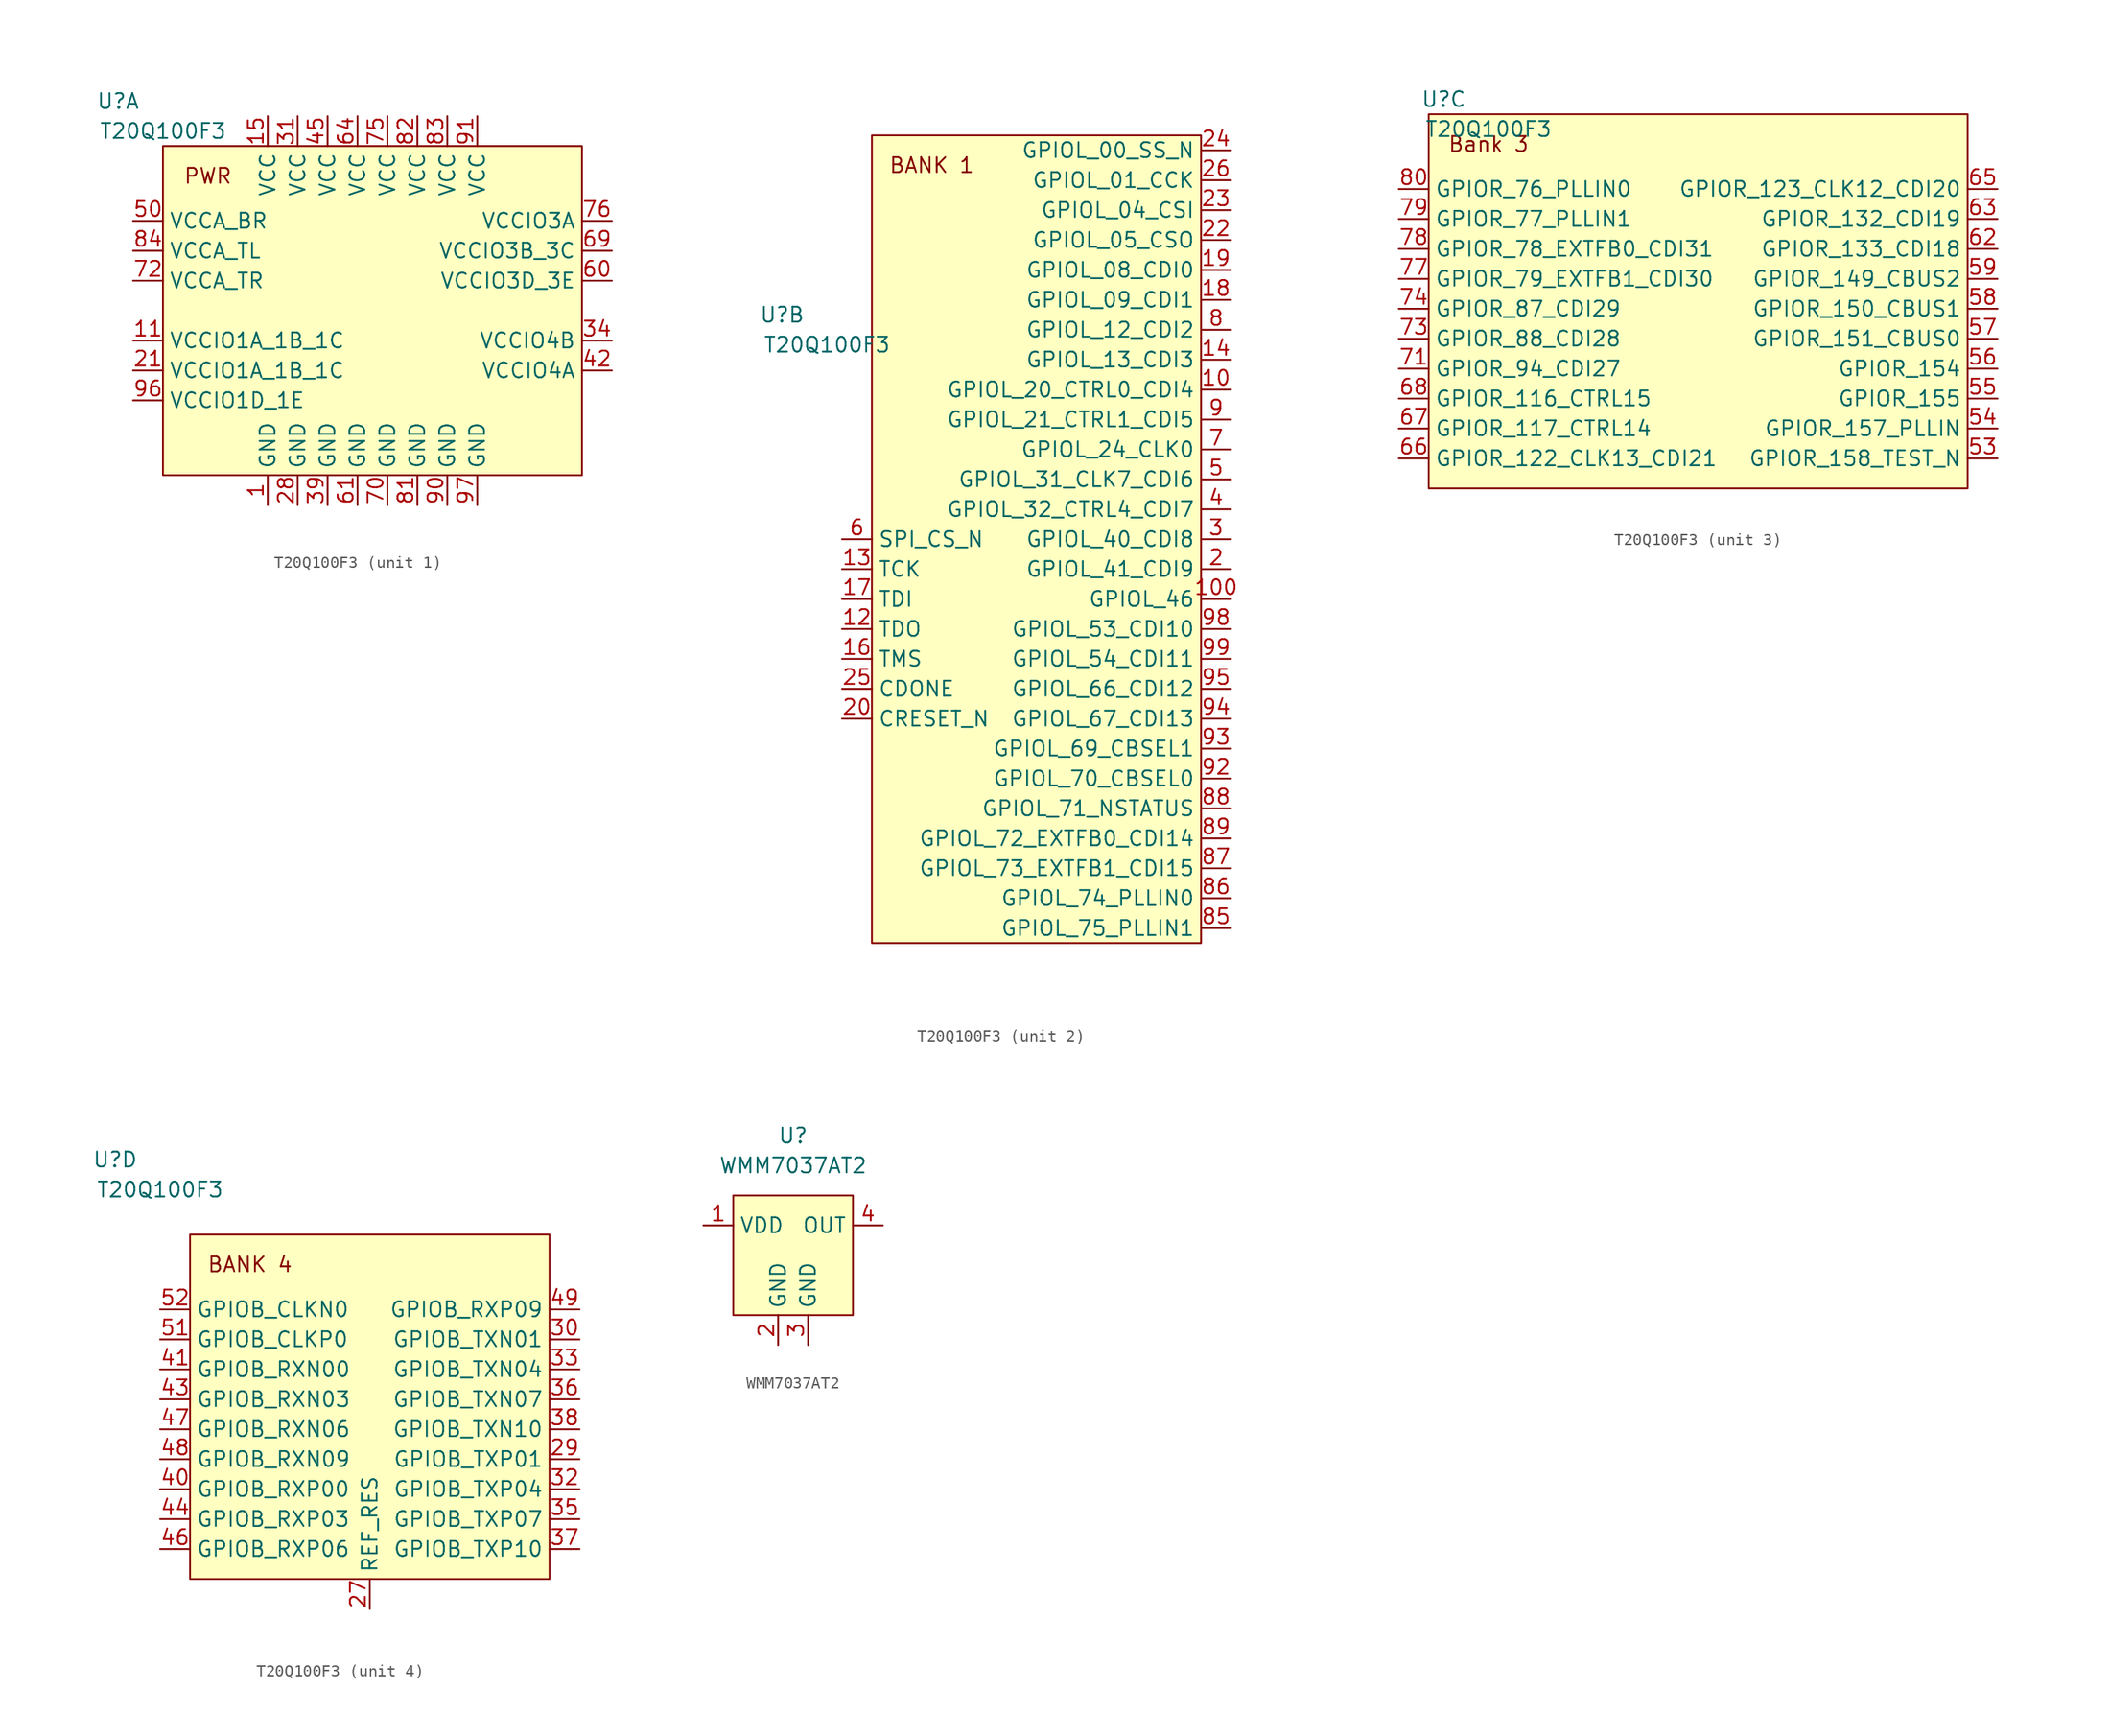
<source format=kicad_sym>
(kicad_symbol_lib
  (version 20220914)
  (generator kicad_symbol_editor)
  (symbol "T20Q100F3"
    (property "Reference" "U"
      (at -21.59 16.51 0)
      (effects (font (size 1.27 1.27))))
    (property "Value" "T20Q100F3"
      (at -17.78 13.97 0)
      (effects (font (size 1.27 1.27))))
    (property "ki_locked" ""
      (at 0 0 0)
      (effects (font (size 1.27 1.27))))
    (symbol "T20Q100F3_1_0"
      (pin power_in line (at -8.89 -17.78 90) (length 2.54) (name "GND" (effects (font (size 1.27 1.27)))) (number "1" (effects (font (size 1.27 1.27)))))
      (pin power_in line (at -20.32 -3.81 0) (length 2.54) (name "VCCIO1A_1B_1C" (effects (font (size 1.27 1.27)))) (number "11" (effects (font (size 1.27 1.27)))))
      (pin power_in line (at -8.89 15.24 270) (length 2.54) (name "VCC" (effects (font (size 1.27 1.27)))) (number "15" (effects (font (size 1.27 1.27)))))
      (pin power_in line (at -20.32 -6.35 0) (length 2.54) (name "VCCIO1A_1B_1C" (effects (font (size 1.27 1.27)))) (number "21" (effects (font (size 1.27 1.27)))))
      (pin power_in line (at -6.35 -17.78 90) (length 2.54) (name "GND" (effects (font (size 1.27 1.27)))) (number "28" (effects (font (size 1.27 1.27)))))
      (pin power_in line (at -6.35 15.24 270) (length 2.54) (name "VCC" (effects (font (size 1.27 1.27)))) (number "31" (effects (font (size 1.27 1.27)))))
      (pin power_in line (at 20.32 -3.81 180) (length 2.54) (name "VCCIO4B" (effects (font (size 1.27 1.27)))) (number "34" (effects (font (size 1.27 1.27)))))
      (pin power_in line (at -3.81 -17.78 90) (length 2.54) (name "GND" (effects (font (size 1.27 1.27)))) (number "39" (effects (font (size 1.27 1.27)))))
      (pin power_in line (at 20.32 -6.35 180) (length 2.54) (name "VCCIO4A" (effects (font (size 1.27 1.27)))) (number "42" (effects (font (size 1.27 1.27)))))
      (pin power_in line (at -3.81 15.24 270) (length 2.54) (name "VCC" (effects (font (size 1.27 1.27)))) (number "45" (effects (font (size 1.27 1.27)))))
      (pin power_in line (at -20.32 6.35 0) (length 2.54) (name "VCCA_BR" (effects (font (size 1.27 1.27)))) (number "50" (effects (font (size 1.27 1.27)))))
      (pin power_in line (at 20.32 1.27 180) (length 2.54) (name "VCCIO3D_3E" (effects (font (size 1.27 1.27)))) (number "60" (effects (font (size 1.27 1.27)))))
      (pin power_in line (at -1.27 -17.78 90) (length 2.54) (name "GND" (effects (font (size 1.27 1.27)))) (number "61" (effects (font (size 1.27 1.27)))))
      (pin power_in line (at -1.27 15.24 270) (length 2.54) (name "VCC" (effects (font (size 1.27 1.27)))) (number "64" (effects (font (size 1.27 1.27)))))
      (pin power_in line (at 20.32 3.81 180) (length 2.54) (name "VCCIO3B_3C" (effects (font (size 1.27 1.27)))) (number "69" (effects (font (size 1.27 1.27)))))
      (pin power_in line (at 1.27 -17.78 90) (length 2.54) (name "GND" (effects (font (size 1.27 1.27)))) (number "70" (effects (font (size 1.27 1.27)))))
      (pin power_in line (at -20.32 1.27 0) (length 2.54) (name "VCCA_TR" (effects (font (size 1.27 1.27)))) (number "72" (effects (font (size 1.27 1.27)))))
      (pin power_in line (at 1.27 15.24 270) (length 2.54) (name "VCC" (effects (font (size 1.27 1.27)))) (number "75" (effects (font (size 1.27 1.27)))))
      (pin power_in line (at 20.32 6.35 180) (length 2.54) (name "VCCIO3A" (effects (font (size 1.27 1.27)))) (number "76" (effects (font (size 1.27 1.27)))))
      (pin power_in line (at 3.81 -17.78 90) (length 2.54) (name "GND" (effects (font (size 1.27 1.27)))) (number "81" (effects (font (size 1.27 1.27)))))
      (pin power_in line (at 3.81 15.24 270) (length 2.54) (name "VCC" (effects (font (size 1.27 1.27)))) (number "82" (effects (font (size 1.27 1.27)))))
      (pin power_in line (at 6.35 15.24 270) (length 2.54) (name "VCC" (effects (font (size 1.27 1.27)))) (number "83" (effects (font (size 1.27 1.27)))))
      (pin power_in line (at -20.32 3.81 0) (length 2.54) (name "VCCA_TL" (effects (font (size 1.27 1.27)))) (number "84" (effects (font (size 1.27 1.27)))))
      (pin power_in line (at 6.35 -17.78 90) (length 2.54) (name "GND" (effects (font (size 1.27 1.27)))) (number "90" (effects (font (size 1.27 1.27)))))
      (pin power_in line (at 8.89 15.24 270) (length 2.54) (name "VCC" (effects (font (size 1.27 1.27)))) (number "91" (effects (font (size 1.27 1.27)))))
      (pin power_in line (at -20.32 -8.89 0) (length 2.54) (name "VCCIO1D_1E" (effects (font (size 1.27 1.27)))) (number "96" (effects (font (size 1.27 1.27)))))
      (pin power_in line (at 8.89 -17.78 90) (length 2.54) (name "GND" (effects (font (size 1.27 1.27)))) (number "97" (effects (font (size 1.27 1.27))))))
    (symbol "T20Q100F3_1_1"
      (rectangle (start -17.78 12.7) (end 17.78 -15.24) (stroke (width 0) (type default)) (fill (type background)))
      (text "PWR" (at -13.97 10.16 0) (effects (font (size 1.27 1.27)))))
    (symbol "T20Q100F3_2_0"
      (pin bidirectional line (at 16.51 10.16 180) (length 2.54) (name "GPIOL_20_CTRL0_CDI4" (effects (font (size 1.27 1.27)))) (number "10" (effects (font (size 1.27 1.27)))))
      (pin bidirectional line (at 16.51 -7.62 180) (length 2.54) (name "GPIOL_46" (effects (font (size 1.27 1.27)))) (number "100" (effects (font (size 1.27 1.27)))))
      (pin output line (at -16.51 -10.16 0) (length 2.54) (name "TDO" (effects (font (size 1.27 1.27)))) (number "12" (effects (font (size 1.27 1.27)))))
      (pin input line (at -16.51 -5.08 0) (length 2.54) (name "TCK" (effects (font (size 1.27 1.27)))) (number "13" (effects (font (size 1.27 1.27)))))
      (pin bidirectional line (at 16.51 12.7 180) (length 2.54) (name "GPIOL_13_CDI3" (effects (font (size 1.27 1.27)))) (number "14" (effects (font (size 1.27 1.27)))))
      (pin input line (at -16.51 -12.7 0) (length 2.54) (name "TMS" (effects (font (size 1.27 1.27)))) (number "16" (effects (font (size 1.27 1.27)))))
      (pin input line (at -16.51 -7.62 0) (length 2.54) (name "TDI" (effects (font (size 1.27 1.27)))) (number "17" (effects (font (size 1.27 1.27)))))
      (pin bidirectional line (at 16.51 17.78 180) (length 2.54) (name "GPIOL_09_CDI1" (effects (font (size 1.27 1.27)))) (number "18" (effects (font (size 1.27 1.27)))))
      (pin bidirectional line (at 16.51 20.32 180) (length 2.54) (name "GPIOL_08_CDI0" (effects (font (size 1.27 1.27)))) (number "19" (effects (font (size 1.27 1.27)))))
      (pin bidirectional line (at 16.51 -5.08 180) (length 2.54) (name "GPIOL_41_CDI9" (effects (font (size 1.27 1.27)))) (number "2" (effects (font (size 1.27 1.27)))))
      (pin input line (at -16.51 -17.78 0) (length 2.54) (name "CRESET_N" (effects (font (size 1.27 1.27)))) (number "20" (effects (font (size 1.27 1.27)))))
      (pin bidirectional line (at 16.51 22.86 180) (length 2.54) (name "GPIOL_05_CSO" (effects (font (size 1.27 1.27)))) (number "22" (effects (font (size 1.27 1.27)))))
      (pin bidirectional line (at 16.51 25.4 180) (length 2.54) (name "GPIOL_04_CSI" (effects (font (size 1.27 1.27)))) (number "23" (effects (font (size 1.27 1.27)))))
      (pin bidirectional line (at 16.51 30.48 180) (length 2.54) (name "GPIOL_00_SS_N" (effects (font (size 1.27 1.27)))) (number "24" (effects (font (size 1.27 1.27)))))
      (pin bidirectional line (at -16.51 -15.24 0) (length 2.54) (name "CDONE" (effects (font (size 1.27 1.27)))) (number "25" (effects (font (size 1.27 1.27)))))
      (pin bidirectional line (at 16.51 27.94 180) (length 2.54) (name "GPIOL_01_CCK" (effects (font (size 1.27 1.27)))) (number "26" (effects (font (size 1.27 1.27)))))
      (pin bidirectional line (at 16.51 -2.54 180) (length 2.54) (name "GPIOL_40_CDI8" (effects (font (size 1.27 1.27)))) (number "3" (effects (font (size 1.27 1.27)))))
      (pin bidirectional line (at 16.51 0 180) (length 2.54) (name "GPIOL_32_CTRL4_CDI7" (effects (font (size 1.27 1.27)))) (number "4" (effects (font (size 1.27 1.27)))))
      (pin bidirectional line (at 16.51 2.54 180) (length 2.54) (name "GPIOL_31_CLK7_CDI6" (effects (font (size 1.27 1.27)))) (number "5" (effects (font (size 1.27 1.27)))))
      (pin bidirectional line (at -16.51 -2.54 0) (length 2.54) (name "SPI_CS_N" (effects (font (size 1.27 1.27)))) (number "6" (effects (font (size 1.27 1.27)))))
      (pin bidirectional line (at 16.51 5.08 180) (length 2.54) (name "GPIOL_24_CLK0" (effects (font (size 1.27 1.27)))) (number "7" (effects (font (size 1.27 1.27)))))
      (pin bidirectional line (at 16.51 15.24 180) (length 2.54) (name "GPIOL_12_CDI2" (effects (font (size 1.27 1.27)))) (number "8" (effects (font (size 1.27 1.27)))))
      (pin bidirectional line (at 16.51 -35.56 180) (length 2.54) (name "GPIOL_75_PLLIN1" (effects (font (size 1.27 1.27)))) (number "85" (effects (font (size 1.27 1.27)))))
      (pin bidirectional line (at 16.51 -33.02 180) (length 2.54) (name "GPIOL_74_PLLIN0" (effects (font (size 1.27 1.27)))) (number "86" (effects (font (size 1.27 1.27)))))
      (pin bidirectional line (at 16.51 -30.48 180) (length 2.54) (name "GPIOL_73_EXTFB1_CDI15" (effects (font (size 1.27 1.27)))) (number "87" (effects (font (size 1.27 1.27)))))
      (pin bidirectional line (at 16.51 -25.4 180) (length 2.54) (name "GPIOL_71_NSTATUS" (effects (font (size 1.27 1.27)))) (number "88" (effects (font (size 1.27 1.27)))))
      (pin bidirectional line (at 16.51 -27.94 180) (length 2.54) (name "GPIOL_72_EXTFB0_CDI14" (effects (font (size 1.27 1.27)))) (number "89" (effects (font (size 1.27 1.27)))))
      (pin bidirectional line (at 16.51 7.62 180) (length 2.54) (name "GPIOL_21_CTRL1_CDI5" (effects (font (size 1.27 1.27)))) (number "9" (effects (font (size 1.27 1.27)))))
      (pin bidirectional line (at 16.51 -22.86 180) (length 2.54) (name "GPIOL_70_CBSEL0" (effects (font (size 1.27 1.27)))) (number "92" (effects (font (size 1.27 1.27)))))
      (pin bidirectional line (at 16.51 -20.32 180) (length 2.54) (name "GPIOL_69_CBSEL1" (effects (font (size 1.27 1.27)))) (number "93" (effects (font (size 1.27 1.27)))))
      (pin bidirectional line (at 16.51 -17.78 180) (length 2.54) (name "GPIOL_67_CDI13" (effects (font (size 1.27 1.27)))) (number "94" (effects (font (size 1.27 1.27)))))
      (pin bidirectional line (at 16.51 -15.24 180) (length 2.54) (name "GPIOL_66_CDI12" (effects (font (size 1.27 1.27)))) (number "95" (effects (font (size 1.27 1.27)))))
      (pin bidirectional line (at 16.51 -10.16 180) (length 2.54) (name "GPIOL_53_CDI10" (effects (font (size 1.27 1.27)))) (number "98" (effects (font (size 1.27 1.27)))))
      (pin bidirectional line (at 16.51 -12.7 180) (length 2.54) (name "GPIOL_54_CDI11" (effects (font (size 1.27 1.27)))) (number "99" (effects (font (size 1.27 1.27))))))
    (symbol "T20Q100F3_2_1"
      (rectangle (start -13.97 31.75) (end 13.97 -36.83) (stroke (width 0) (type default)) (fill (type background)))
      (text "BANK 1" (at -8.89 29.21 0) (effects (font (size 1.27 1.27)))))
    (symbol "T20Q100F3_3_0"
      (pin bidirectional line (at 25.4 -13.97 180) (length 2.54) (name "GPIOR_158_TEST_N" (effects (font (size 1.27 1.27)))) (number "53" (effects (font (size 1.27 1.27)))))
      (pin bidirectional line (at 25.4 -11.43 180) (length 2.54) (name "GPIOR_157_PLLIN" (effects (font (size 1.27 1.27)))) (number "54" (effects (font (size 1.27 1.27)))))
      (pin bidirectional line (at 25.4 -8.89 180) (length 2.54) (name "GPIOR_155" (effects (font (size 1.27 1.27)))) (number "55" (effects (font (size 1.27 1.27)))))
      (pin bidirectional line (at 25.4 -6.35 180) (length 2.54) (name "GPIOR_154" (effects (font (size 1.27 1.27)))) (number "56" (effects (font (size 1.27 1.27)))))
      (pin bidirectional line (at 25.4 -3.81 180) (length 2.54) (name "GPIOR_151_CBUS0" (effects (font (size 1.27 1.27)))) (number "57" (effects (font (size 1.27 1.27)))))
      (pin bidirectional line (at 25.4 -1.27 180) (length 2.54) (name "GPIOR_150_CBUS1" (effects (font (size 1.27 1.27)))) (number "58" (effects (font (size 1.27 1.27)))))
      (pin bidirectional line (at 25.4 1.27 180) (length 2.54) (name "GPIOR_149_CBUS2" (effects (font (size 1.27 1.27)))) (number "59" (effects (font (size 1.27 1.27)))))
      (pin bidirectional line (at 25.4 3.81 180) (length 2.54) (name "GPIOR_133_CDI18" (effects (font (size 1.27 1.27)))) (number "62" (effects (font (size 1.27 1.27)))))
      (pin bidirectional line (at 25.4 6.35 180) (length 2.54) (name "GPIOR_132_CDI19" (effects (font (size 1.27 1.27)))) (number "63" (effects (font (size 1.27 1.27)))))
      (pin bidirectional line (at 25.4 8.89 180) (length 2.54) (name "GPIOR_123_CLK12_CDI20" (effects (font (size 1.27 1.27)))) (number "65" (effects (font (size 1.27 1.27)))))
      (pin bidirectional line (at -25.4 -13.97 0) (length 2.54) (name "GPIOR_122_CLK13_CDI21" (effects (font (size 1.27 1.27)))) (number "66" (effects (font (size 1.27 1.27)))))
      (pin bidirectional line (at -25.4 -11.43 0) (length 2.54) (name "GPIOR_117_CTRL14" (effects (font (size 1.27 1.27)))) (number "67" (effects (font (size 1.27 1.27)))))
      (pin bidirectional line (at -25.4 -8.89 0) (length 2.54) (name "GPIOR_116_CTRL15" (effects (font (size 1.27 1.27)))) (number "68" (effects (font (size 1.27 1.27)))))
      (pin bidirectional line (at -25.4 -6.35 0) (length 2.54) (name "GPIOR_94_CDI27" (effects (font (size 1.27 1.27)))) (number "71" (effects (font (size 1.27 1.27)))))
      (pin bidirectional line (at -25.4 -3.81 0) (length 2.54) (name "GPIOR_88_CDI28" (effects (font (size 1.27 1.27)))) (number "73" (effects (font (size 1.27 1.27)))))
      (pin bidirectional line (at -25.4 -1.27 0) (length 2.54) (name "GPIOR_87_CDI29" (effects (font (size 1.27 1.27)))) (number "74" (effects (font (size 1.27 1.27)))))
      (pin bidirectional line (at -25.4 1.27 0) (length 2.54) (name "GPIOR_79_EXTFB1_CDI30" (effects (font (size 1.27 1.27)))) (number "77" (effects (font (size 1.27 1.27)))))
      (pin bidirectional line (at -25.4 3.81 0) (length 2.54) (name "GPIOR_78_EXTFB0_CDI31" (effects (font (size 1.27 1.27)))) (number "78" (effects (font (size 1.27 1.27)))))
      (pin bidirectional line (at -25.4 6.35 0) (length 2.54) (name "GPIOR_77_PLLIN1" (effects (font (size 1.27 1.27)))) (number "79" (effects (font (size 1.27 1.27)))))
      (pin bidirectional line (at -25.4 8.89 0) (length 2.54) (name "GPIOR_76_PLLIN0" (effects (font (size 1.27 1.27)))) (number "80" (effects (font (size 1.27 1.27))))))
    (symbol "T20Q100F3_3_1"
      (rectangle (start -22.86 15.24) (end 22.86 -16.51) (stroke (width 0) (type default)) (fill (type background)))
      (text "Bank 3" (at -17.78 12.7 0) (effects (font (size 1.27 1.27)))))
    (symbol "T20Q100F3_4_0"
      (pin output line (at 0 -21.59 90) (length 2.54) (name "REF_RES" (effects (font (size 1.27 1.27)))) (number "27" (effects (font (size 1.27 1.27)))))
      (pin bidirectional line (at 17.78 -8.89 180) (length 2.54) (name "GPIOB_TXP01" (effects (font (size 1.27 1.27)))) (number "29" (effects (font (size 1.27 1.27)))))
      (pin bidirectional line (at 17.78 1.27 180) (length 2.54) (name "GPIOB_TXN01" (effects (font (size 1.27 1.27)))) (number "30" (effects (font (size 1.27 1.27)))))
      (pin bidirectional line (at 17.78 -11.43 180) (length 2.54) (name "GPIOB_TXP04" (effects (font (size 1.27 1.27)))) (number "32" (effects (font (size 1.27 1.27)))))
      (pin bidirectional line (at 17.78 -1.27 180) (length 2.54) (name "GPIOB_TXN04" (effects (font (size 1.27 1.27)))) (number "33" (effects (font (size 1.27 1.27)))))
      (pin bidirectional line (at 17.78 -13.97 180) (length 2.54) (name "GPIOB_TXP07" (effects (font (size 1.27 1.27)))) (number "35" (effects (font (size 1.27 1.27)))))
      (pin bidirectional line (at 17.78 -3.81 180) (length 2.54) (name "GPIOB_TXN07" (effects (font (size 1.27 1.27)))) (number "36" (effects (font (size 1.27 1.27)))))
      (pin bidirectional line (at 17.78 -16.51 180) (length 2.54) (name "GPIOB_TXP10" (effects (font (size 1.27 1.27)))) (number "37" (effects (font (size 1.27 1.27)))))
      (pin bidirectional line (at 17.78 -6.35 180) (length 2.54) (name "GPIOB_TXN10" (effects (font (size 1.27 1.27)))) (number "38" (effects (font (size 1.27 1.27)))))
      (pin bidirectional line (at -17.78 -11.43 0) (length 2.54) (name "GPIOB_RXP00" (effects (font (size 1.27 1.27)))) (number "40" (effects (font (size 1.27 1.27)))))
      (pin bidirectional line (at -17.78 -1.27 0) (length 2.54) (name "GPIOB_RXN00" (effects (font (size 1.27 1.27)))) (number "41" (effects (font (size 1.27 1.27)))))
      (pin bidirectional line (at -17.78 -3.81 0) (length 2.54) (name "GPIOB_RXN03" (effects (font (size 1.27 1.27)))) (number "43" (effects (font (size 1.27 1.27)))))
      (pin bidirectional line (at -17.78 -13.97 0) (length 2.54) (name "GPIOB_RXP03" (effects (font (size 1.27 1.27)))) (number "44" (effects (font (size 1.27 1.27)))))
      (pin bidirectional line (at -17.78 -16.51 0) (length 2.54) (name "GPIOB_RXP06" (effects (font (size 1.27 1.27)))) (number "46" (effects (font (size 1.27 1.27)))))
      (pin bidirectional line (at -17.78 -6.35 0) (length 2.54) (name "GPIOB_RXN06" (effects (font (size 1.27 1.27)))) (number "47" (effects (font (size 1.27 1.27)))))
      (pin bidirectional line (at -17.78 -8.89 0) (length 2.54) (name "GPIOB_RXN09" (effects (font (size 1.27 1.27)))) (number "48" (effects (font (size 1.27 1.27)))))
      (pin bidirectional line (at 17.78 3.81 180) (length 2.54) (name "GPIOB_RXP09" (effects (font (size 1.27 1.27)))) (number "49" (effects (font (size 1.27 1.27)))))
      (pin bidirectional line (at -17.78 1.27 0) (length 2.54) (name "GPIOB_CLKP0" (effects (font (size 1.27 1.27)))) (number "51" (effects (font (size 1.27 1.27)))))
      (pin bidirectional line (at -17.78 3.81 0) (length 2.54) (name "GPIOB_CLKN0" (effects (font (size 1.27 1.27)))) (number "52" (effects (font (size 1.27 1.27))))))
    (symbol "T20Q100F3_4_1"
      (rectangle (start -15.24 10.16) (end 15.24 -19.05) (stroke (width 0) (type default)) (fill (type background)))
      (text "BANK 4" (at -10.16 7.62 0) (effects (font (size 1.27 1.27))))))
  (symbol "WMM7037AT2"
    (property "Reference" "U"
      (at 0 10.16 0)
      (effects (font (size 1.27 1.27))))
    (property "Value" "WMM7037AT2"
      (at 0 7.62 0)
      (effects (font (size 1.27 1.27))))
    (symbol "WMM7037AT2_1_1"
      (rectangle (start -5.08 5.08) (end 5.08 -5.08) (stroke (width 0) (type default)) (fill (type background)))
      (pin power_in line (at -7.62 2.54 0) (length 2.54) (name "VDD" (effects (font (size 1.27 1.27)))) (number "1" (effects (font (size 1.27 1.27)))))
      (pin power_in line (at -1.27 -7.62 90) (length 2.54) (name "GND" (effects (font (size 1.27 1.27)))) (number "2" (effects (font (size 1.27 1.27)))))
      (pin power_in line (at 1.27 -7.62 90) (length 2.54) (name "GND" (effects (font (size 1.27 1.27)))) (number "3" (effects (font (size 1.27 1.27)))))
      (pin output line (at 7.62 2.54 180) (length 2.54) (name "OUT" (effects (font (size 1.27 1.27)))) (number "4" (effects (font (size 1.27 1.27))))))))
</source>
